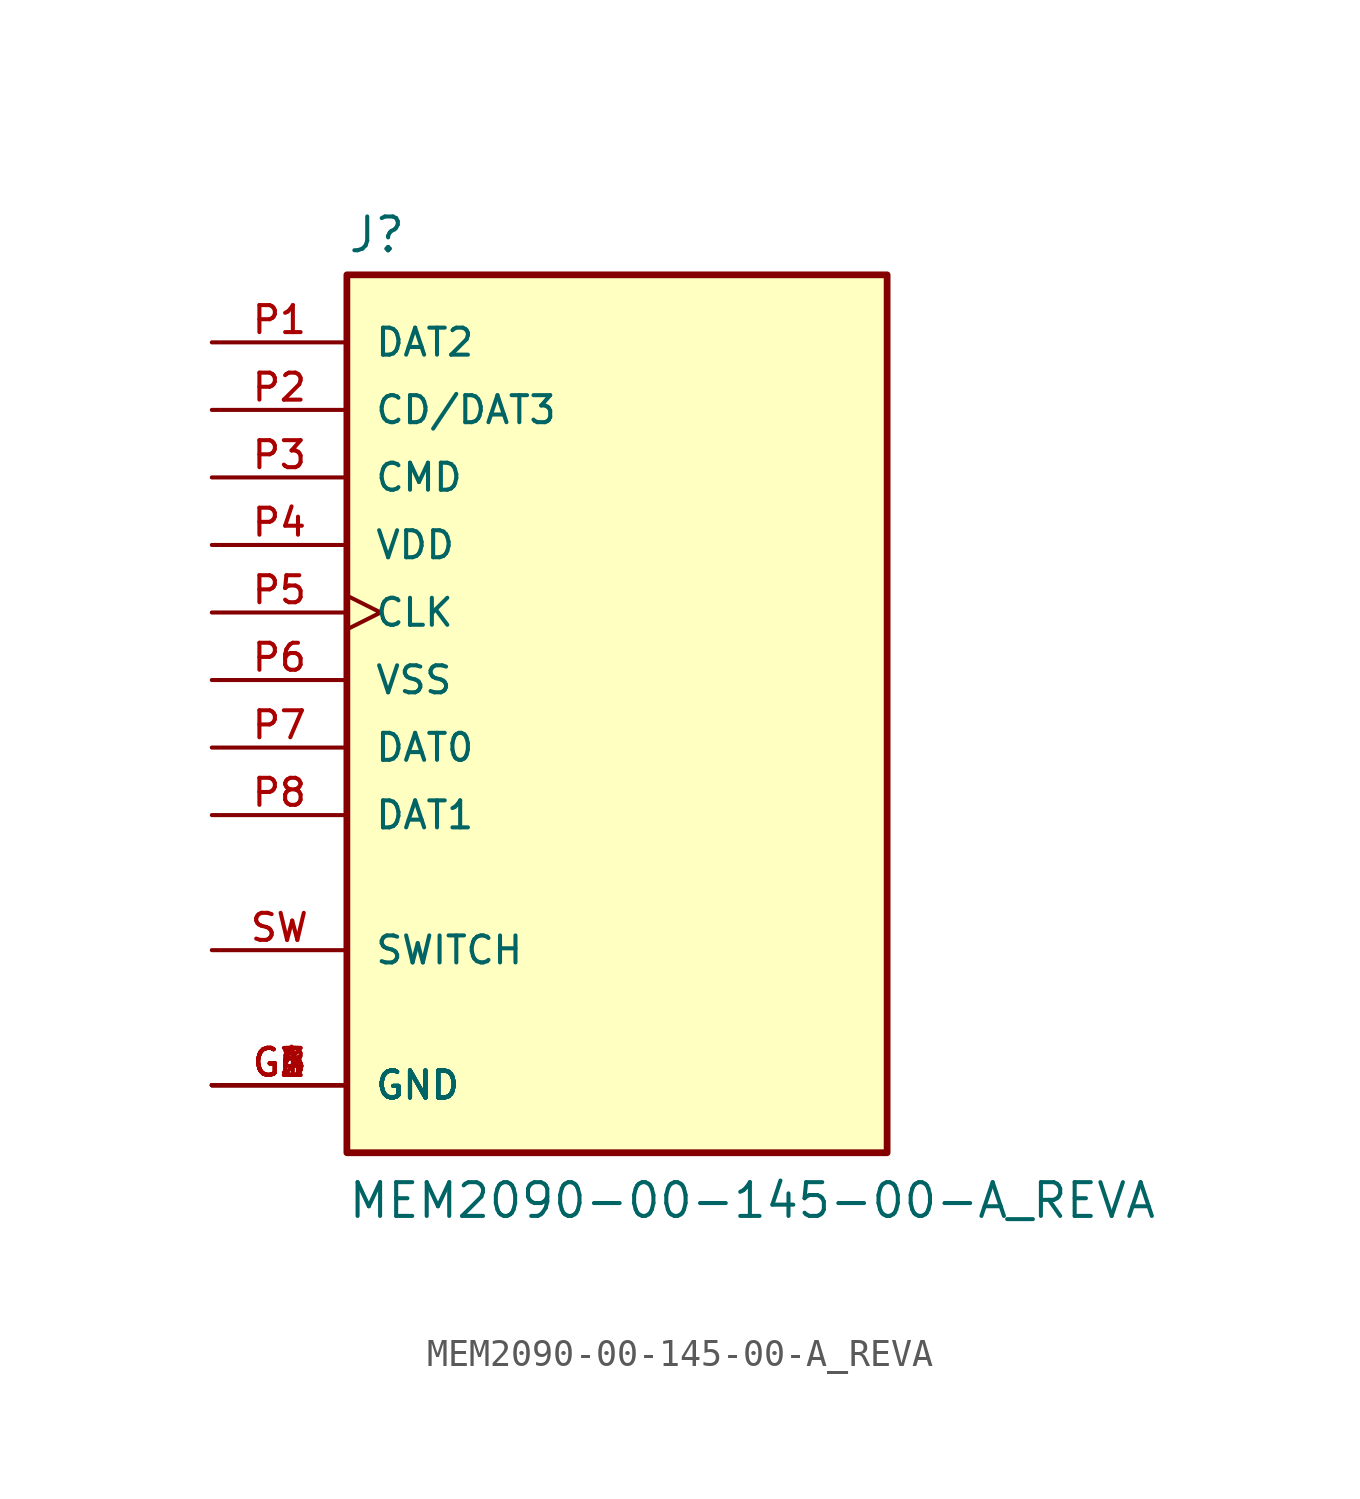
<source format=kicad_sym>
(kicad_symbol_lib
  (version 20211014)
  (generator kicad_symbol_editor)
  (symbol "MEM2090-00-145-00-A_REVA"
    (pin_names
      (offset 1.016))
    (property "Reference" "J"
      (at -10.16 16.002 0)
      (effects (font (size 1.27 1.27)) (justify bottom left)))
    (property "Value" "MEM2090-00-145-00-A_REVA"
      (at -10.16 -20.32 0)
      (effects (font (size 1.27 1.27)) (justify bottom left)))
    (symbol "MEM2090-00-145-00-A_REVA_0_0"
      (rectangle (start -10.16 -17.78) (end 10.16 15.24) (stroke (width 0.254)) (fill (type background)))
      (pin bidirectional line (at -15.24 12.7 0) (length 5.08) (name "DAT2" (effects (font (size 1.016 1.016)))) (number "P1" (effects (font (size 1.016 1.016)))))
      (pin bidirectional line (at -15.24 10.16 0) (length 5.08) (name "CD/DAT3" (effects (font (size 1.016 1.016)))) (number "P2" (effects (font (size 1.016 1.016)))))
      (pin input line (at -15.24 7.62 0) (length 5.08) (name "CMD" (effects (font (size 1.016 1.016)))) (number "P3" (effects (font (size 1.016 1.016)))))
      (pin power_in line (at -15.24 5.08 0) (length 5.08) (name "VDD" (effects (font (size 1.016 1.016)))) (number "P4" (effects (font (size 1.016 1.016)))))
      (pin input clock (at -15.24 2.54 0) (length 5.08) (name "CLK" (effects (font (size 1.016 1.016)))) (number "P5" (effects (font (size 1.016 1.016)))))
      (pin power_in line (at -15.24 0.0 0) (length 5.08) (name "VSS" (effects (font (size 1.016 1.016)))) (number "P6" (effects (font (size 1.016 1.016)))))
      (pin bidirectional line (at -15.24 -2.54 0) (length 5.08) (name "DAT0" (effects (font (size 1.016 1.016)))) (number "P7" (effects (font (size 1.016 1.016)))))
      (pin bidirectional line (at -15.24 -5.08 0) (length 5.08) (name "DAT1" (effects (font (size 1.016 1.016)))) (number "P8" (effects (font (size 1.016 1.016)))))
      (pin bidirectional line (at -15.24 -10.16 0) (length 5.08) (name "SWITCH" (effects (font (size 1.016 1.016)))) (number "SW" (effects (font (size 1.016 1.016)))))
      (pin power_in line (at -15.24 -15.24 0) (length 5.08) (name "GND" (effects (font (size 1.016 1.016)))) (number "G1" (effects (font (size 1.016 1.016)))))
      (pin power_in line (at -15.24 -15.24 0) (length 5.08) (name "GND" (effects (font (size 1.016 1.016)))) (number "G2" (effects (font (size 1.016 1.016)))))
      (pin power_in line (at -15.24 -15.24 0) (length 5.08) (name "GND" (effects (font (size 1.016 1.016)))) (number "G3" (effects (font (size 1.016 1.016)))))
      (pin power_in line (at -15.24 -15.24 0) (length 5.08) (name "GND" (effects (font (size 1.016 1.016)))) (number "G4" (effects (font (size 1.016 1.016)))))
      (pin power_in line (at -15.24 -15.24 0) (length 5.08) (name "GND" (effects (font (size 1.016 1.016)))) (number "G5" (effects (font (size 1.016 1.016)))))
      (pin power_in line (at -15.24 -15.24 0) (length 5.08) (name "GND" (effects (font (size 1.016 1.016)))) (number "G6" (effects (font (size 1.016 1.016))))))))
</source>
